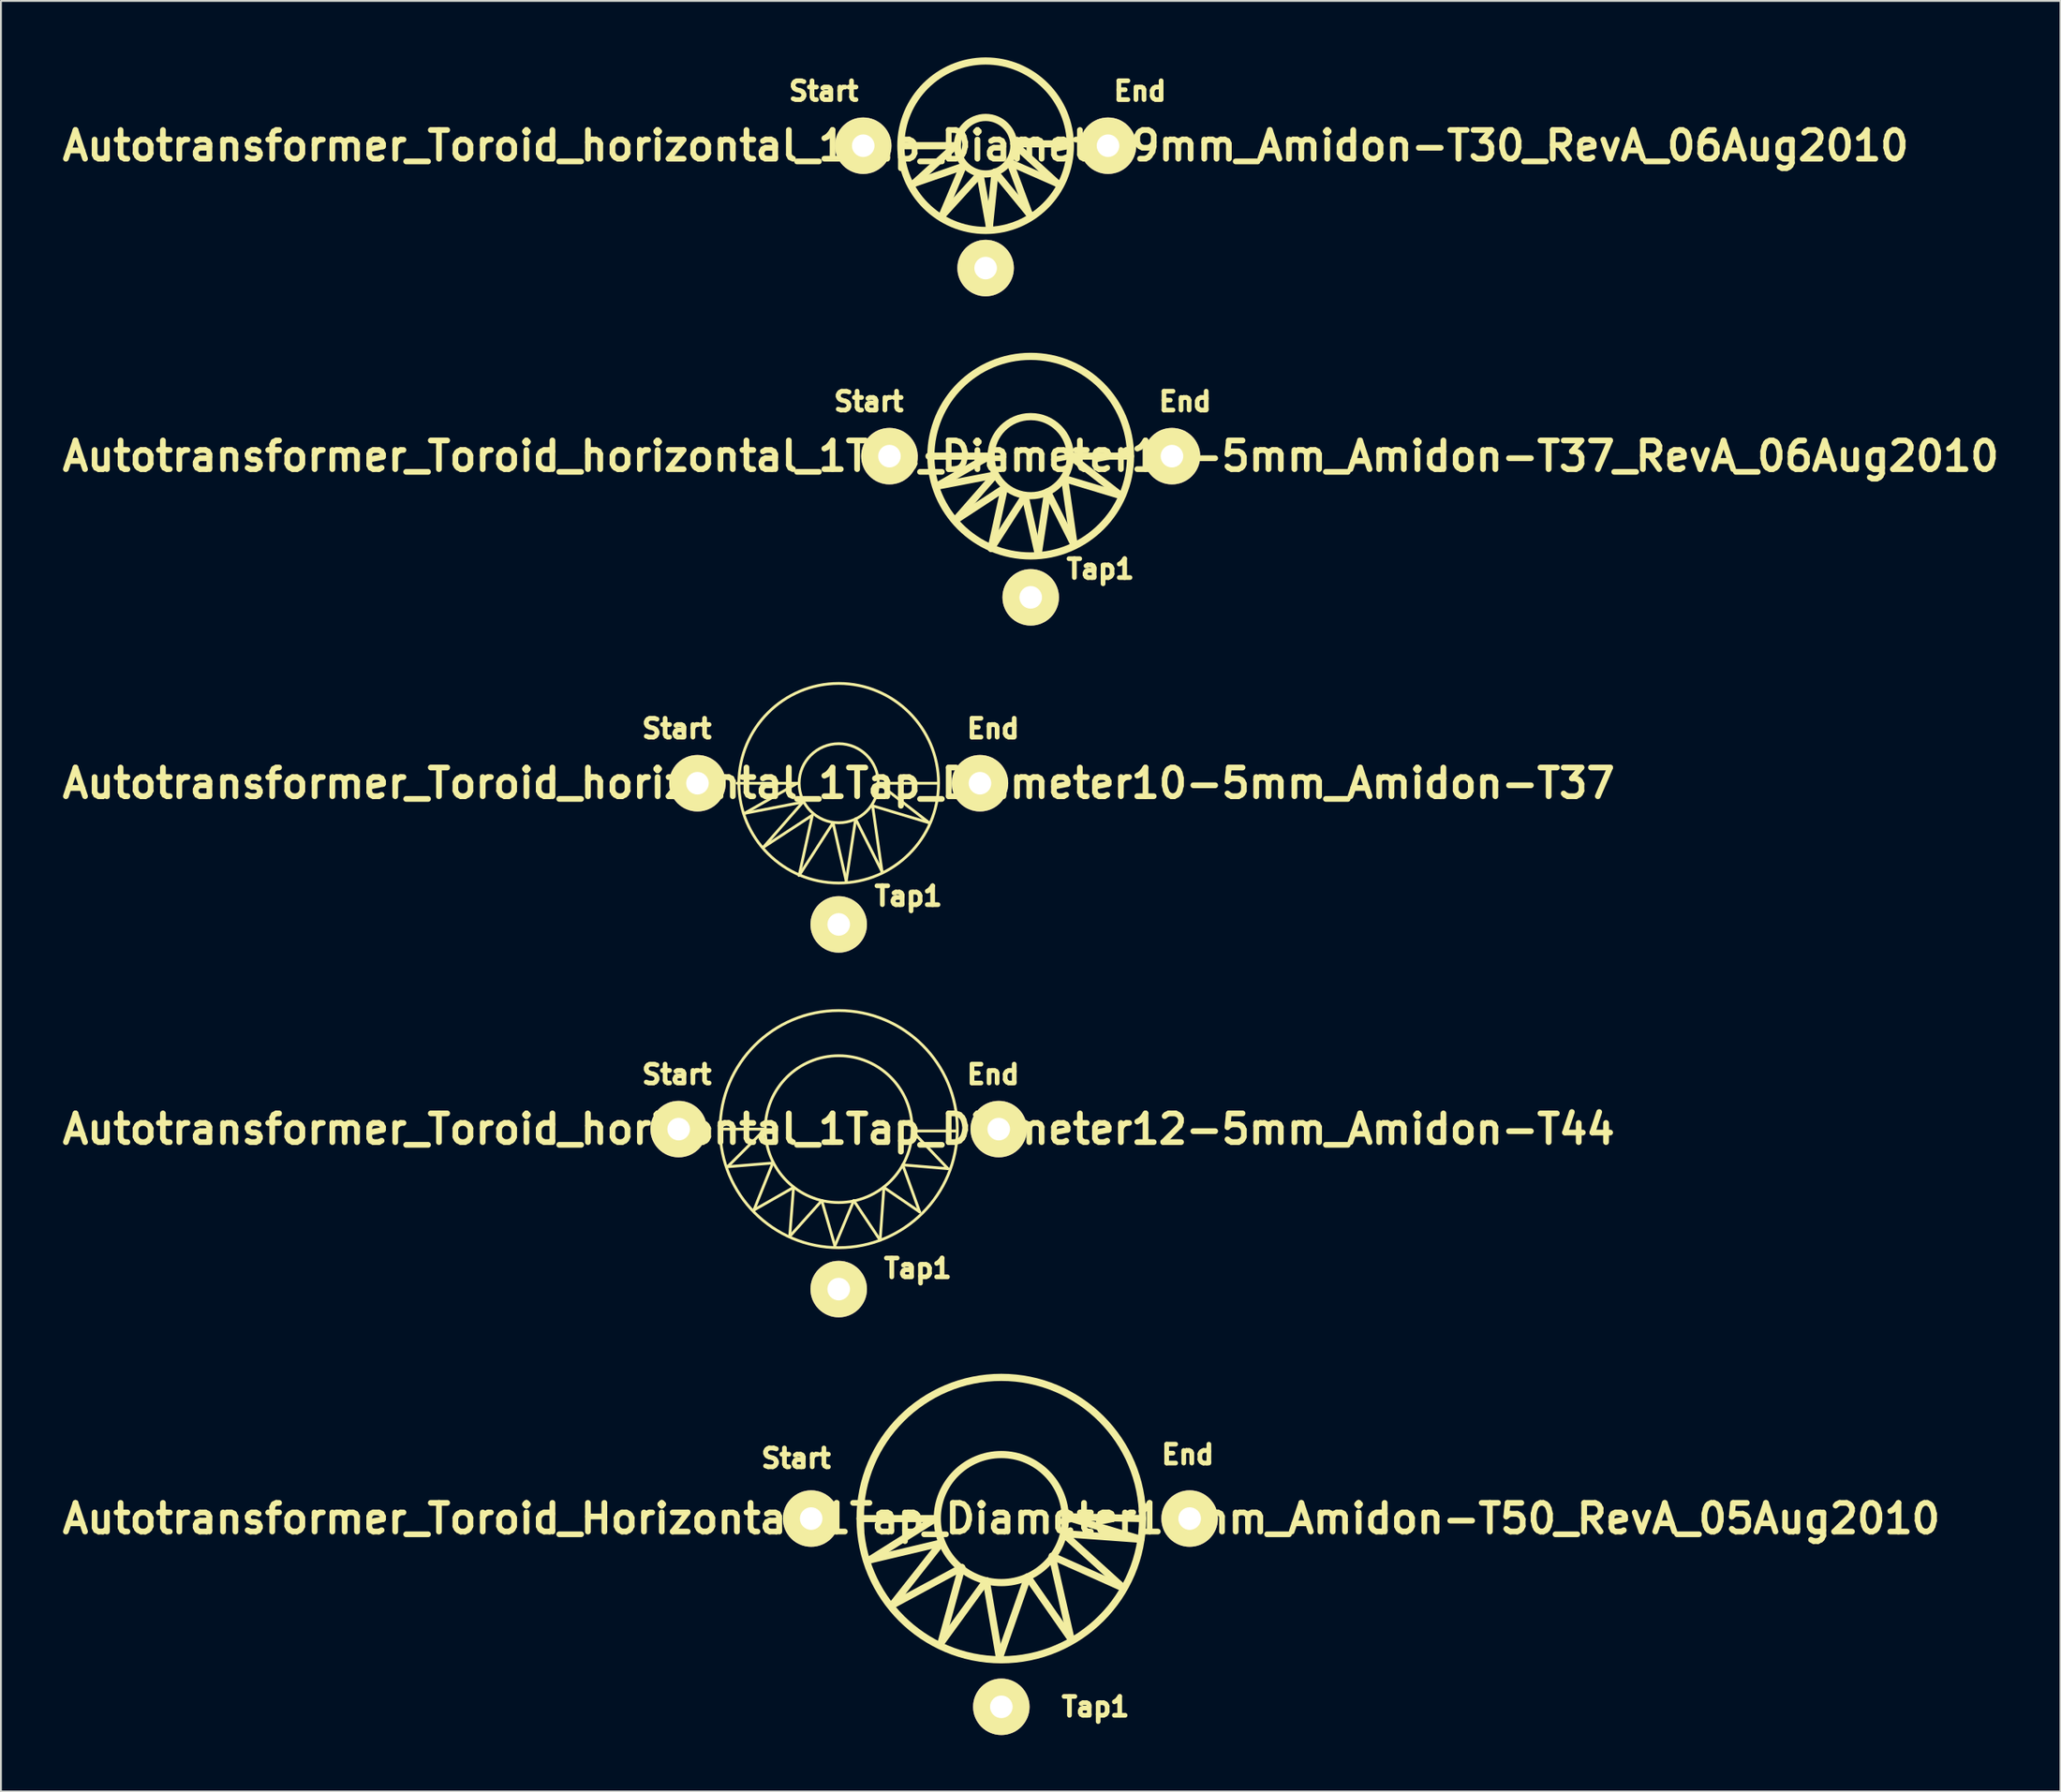
<source format=kicad_pcb>
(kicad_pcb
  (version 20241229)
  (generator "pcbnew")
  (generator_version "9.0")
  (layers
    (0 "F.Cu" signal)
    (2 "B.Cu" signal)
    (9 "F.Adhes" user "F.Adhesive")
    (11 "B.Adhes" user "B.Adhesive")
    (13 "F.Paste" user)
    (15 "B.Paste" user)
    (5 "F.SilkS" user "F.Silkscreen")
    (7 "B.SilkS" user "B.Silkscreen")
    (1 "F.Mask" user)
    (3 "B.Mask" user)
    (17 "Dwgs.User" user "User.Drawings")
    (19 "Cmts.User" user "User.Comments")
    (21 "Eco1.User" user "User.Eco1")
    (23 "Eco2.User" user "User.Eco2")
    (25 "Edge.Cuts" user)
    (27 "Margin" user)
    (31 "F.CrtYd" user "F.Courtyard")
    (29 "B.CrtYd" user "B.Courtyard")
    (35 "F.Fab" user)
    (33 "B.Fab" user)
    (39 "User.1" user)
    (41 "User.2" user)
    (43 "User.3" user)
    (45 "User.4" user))
  (footprint "Autotransformer_Toroid_horizontal_1Tap_Diameter12-5mm_Amidon-T44"
    (layer "F.Cu")
    (at 41.489 56.934)
    (property "Reference" "Autotransformer_Toroid_horizontal_1Tap_Diameter12-5mm_Amidon-T44" (at 0 0 0) (layer "F.SilkS") (effects (font (size 1.524 1.524) (thickness 0.305))))
    (attr through_hole)
    (fp_line (start -6.2 0) (end -3.899 0) (stroke (width 0.15) (type solid)) (layer "F.SilkS"))
    (fp_line (start -5.9 1.999) (end -3.5 1.801) (stroke (width 0.15) (type solid)) (layer "F.SilkS"))
    (fp_line (start -4.501 4.3) (end -2.4 3.099) (stroke (width 0.15) (type solid)) (layer "F.SilkS"))
    (fp_line (start -3.899 0) (end -5.9 1.999) (stroke (width 0.15) (type solid)) (layer "F.SilkS"))
    (fp_line (start -3.5 1.801) (end -4.501 4.3) (stroke (width 0.15) (type solid)) (layer "F.SilkS"))
    (fp_line (start -2.601 5.7) (end -0.899 3.8) (stroke (width 0.15) (type solid)) (layer "F.SilkS"))
    (fp_line (start -2.4 3.099) (end -2.601 5.7) (stroke (width 0.15) (type solid)) (layer "F.SilkS"))
    (fp_line (start -0.899 3.8) (end -0.201 6.2) (stroke (width 0.15) (type solid)) (layer "F.SilkS"))
    (fp_line (start -0.201 6.2) (end 0.8 3.8) (stroke (width 0.15) (type solid)) (layer "F.SilkS"))
    (fp_line (start 0.8 3.8) (end 2.2 5.9) (stroke (width 0.15) (type solid)) (layer "F.SilkS"))
    (fp_line (start 2.2 5.9) (end 2.4 3.099) (stroke (width 0.15) (type solid)) (layer "F.SilkS"))
    (fp_line (start 2.4 3.099) (end 4.3 4.399) (stroke (width 0.15) (type solid)) (layer "F.SilkS"))
    (fp_line (start 3.401 1.9) (end 5.799 2.101) (stroke (width 0.15) (type solid)) (layer "F.SilkS"))
    (fp_line (start 3.899 0.099) (end 6.299 0.099) (stroke (width 0.15) (type solid)) (layer "F.SilkS"))
    (fp_line (start 4.3 4.399) (end 3.401 1.9) (stroke (width 0.15) (type solid)) (layer "F.SilkS"))
    (fp_line (start 5.799 2.101) (end 3.899 0.099) (stroke (width 0.15) (type solid)) (layer "F.SilkS"))
    (fp_circle (center 0 0) (end 3.899 0) (stroke (width 0.15) (type solid)) (fill no) (layer "F.SilkS"))
    (fp_circle (center 0 0) (end 6.299 0) (stroke (width 0.15) (type solid)) (fill no) (layer "F.SilkS"))
    (fp_text user "End" (at 8.199 -2.901 0) (layer "F.SilkS") (effects (font (size 1.001 1.001) (thickness 0.251))))
    (fp_text user "Start" (at -8.6 -2.901 0) (layer "F.SilkS") (effects (font (size 1.001 1.001) (thickness 0.251))))
    (fp_text user "Tap1" (at 4.201 7.399 0) (layer "F.SilkS") (effects (font (size 1.001 1.001) (thickness 0.251))))
    (pad "1" thru_hole circle (at -8.499 0) (size 3 3) (drill 1.199) (layers "*.Cu" "*.Mask" "F.SilkS"))
    (pad "2" thru_hole circle (at 0 8.499) (size 3 3) (drill 1.199) (layers "*.Cu" "*.Mask" "F.SilkS"))
    (pad "3" thru_hole circle (at 8.499 0) (size 3 3) (drill 1.199) (layers "*.Cu" "*.Mask" "F.SilkS")))
  (footprint "Autotransformer_Toroid_horizontal_1Tap_Diameter10-5mm_Amidon-T37"
    (layer "F.Cu")
    (at 41.489 38.559)
    (property "Reference" "Autotransformer_Toroid_horizontal_1Tap_Diameter10-5mm_Amidon-T37" (at 0 0 0) (layer "F.SilkS") (effects (font (size 1.524 1.524) (thickness 0.305))))
    (attr through_hole)
    (fp_line (start -5.4 0) (end -2.2 0) (stroke (width 0.15) (type solid)) (layer "F.SilkS"))
    (fp_line (start -5.001 1.6) (end -1.9 1.001) (stroke (width 0.15) (type solid)) (layer "F.SilkS"))
    (fp_line (start -4 3.401) (end -1.4 1.699) (stroke (width 0.15) (type solid)) (layer "F.SilkS"))
    (fp_line (start -2.2 0) (end -5.001 1.6) (stroke (width 0.15) (type solid)) (layer "F.SilkS"))
    (fp_line (start -2.101 4.9) (end -0.3 2.101) (stroke (width 0.15) (type solid)) (layer "F.SilkS"))
    (fp_line (start -1.9 1.001) (end -4 3.401) (stroke (width 0.15) (type solid)) (layer "F.SilkS"))
    (fp_line (start -1.4 1.699) (end -2.101 4.9) (stroke (width 0.15) (type solid)) (layer "F.SilkS"))
    (fp_line (start -0.3 2.101) (end 0.399 5.199) (stroke (width 0.15) (type solid)) (layer "F.SilkS"))
    (fp_line (start 0.399 5.199) (end 0.899 1.9) (stroke (width 0.15) (type solid)) (layer "F.SilkS"))
    (fp_line (start 0.899 1.9) (end 2.301 4.699) (stroke (width 0.15) (type solid)) (layer "F.SilkS"))
    (fp_line (start 1.801 1.199) (end 4.801 2.101) (stroke (width 0.15) (type solid)) (layer "F.SilkS"))
    (fp_line (start 2.101 0) (end 5.301 0) (stroke (width 0.15) (type solid)) (layer "F.SilkS"))
    (fp_line (start 2.301 4.699) (end 1.801 1.199) (stroke (width 0.15) (type solid)) (layer "F.SilkS"))
    (fp_line (start 4.801 2.101) (end 2.101 0) (stroke (width 0.15) (type solid)) (layer "F.SilkS"))
    (fp_circle (center 0 0) (end 2.101 0) (stroke (width 0.15) (type solid)) (fill no) (layer "F.SilkS"))
    (fp_circle (center 0 0) (end 5.301 0) (stroke (width 0.15) (type solid)) (fill no) (layer "F.SilkS"))
    (fp_text user "Start" (at -8.6 -2.901 0) (layer "F.SilkS") (effects (font (size 1.001 1.001) (thickness 0.251))))
    (fp_text user "Tap1" (at 3.701 5.999 0) (layer "F.SilkS") (effects (font (size 1.001 1.001) (thickness 0.251))))
    (fp_text user "End" (at 8.199 -2.901 0) (layer "F.SilkS") (effects (font (size 1.001 1.001) (thickness 0.251))))
    (pad "1" thru_hole circle (at -7.501 0) (size 3 3) (drill 1.199) (layers "*.Cu" "*.Mask" "F.SilkS"))
    (pad "2" thru_hole circle (at 0 7.501) (size 3 3) (drill 1.199) (layers "*.Cu" "*.Mask" "F.SilkS"))
    (pad "3" thru_hole circle (at 7.501 0) (size 3 3) (drill 1.199) (layers "*.Cu" "*.Mask" "F.SilkS")))
  (footprint "Autotransformer_Toroid_Horizontal_1Tap_Diameter14mm_Amidon-T50_RevA_05Aug2010"
    (layer "F.Cu")
    (at 50.125 77.624)
    (property "Reference" "Autotransformer_Toroid_Horizontal_1Tap_Diameter14mm_Amidon-T50_RevA_05Aug2010" (at 0 0 0) (layer "F.SilkS") (effects (font (size 1.524 1.524) (thickness 0.305))))
    (attr through_hole)
    (fp_line (start -7.501 0) (end -3.5 0) (stroke (width 0.381) (type solid)) (layer "F.SilkS"))
    (fp_line (start -7 2.2) (end -3.2 1.3) (stroke (width 0.381) (type solid)) (layer "F.SilkS"))
    (fp_line (start -5.799 4.6) (end -2.101 2.601) (stroke (width 0.381) (type solid)) (layer "F.SilkS"))
    (fp_line (start -3.5 0) (end -7 2.2) (stroke (width 0.381) (type solid)) (layer "F.SilkS"))
    (fp_line (start -3.2 1.3) (end -5.799 4.6) (stroke (width 0.381) (type solid)) (layer "F.SilkS"))
    (fp_line (start -3.2 6.599) (end -0.8 3.299) (stroke (width 0.381) (type solid)) (layer "F.SilkS"))
    (fp_line (start -2.101 2.601) (end -3.2 6.599) (stroke (width 0.381) (type solid)) (layer "F.SilkS"))
    (fp_line (start -0.8 3.299) (end -0.099 7.399) (stroke (width 0.381) (type solid)) (layer "F.SilkS"))
    (fp_line (start -0.099 7.399) (end 1.4 3.099) (stroke (width 0.381) (type solid)) (layer "F.SilkS"))
    (fp_line (start 1.4 3.099) (end 3.701 6.401) (stroke (width 0.381) (type solid)) (layer "F.SilkS"))
    (fp_line (start 2.7 1.999) (end 6.5 3.701) (stroke (width 0.381) (type solid)) (layer "F.SilkS"))
    (fp_line (start 3.299 0.8) (end 7.399 1.1) (stroke (width 0.381) (type solid)) (layer "F.SilkS"))
    (fp_line (start 3.401 -0.099) (end 7.501 0) (stroke (width 0.381) (type solid)) (layer "F.SilkS"))
    (fp_line (start 3.701 6.401) (end 2.7 1.999) (stroke (width 0.381) (type solid)) (layer "F.SilkS"))
    (fp_line (start 6.5 3.701) (end 3.299 0.8) (stroke (width 0.381) (type solid)) (layer "F.SilkS"))
    (fp_line (start 7.399 1.1) (end 3.401 -0.099) (stroke (width 0.381) (type solid)) (layer "F.SilkS"))
    (fp_circle (center 0 0) (end 3.401 0) (stroke (width 0.381) (type solid)) (fill no) (layer "F.SilkS"))
    (fp_circle (center 0 0) (end 7.501 0) (stroke (width 0.381) (type solid)) (fill no) (layer "F.SilkS"))
    (fp_text user "Start" (at -10.899 -3.2 0) (layer "F.SilkS") (effects (font (size 1.001 1.001) (thickness 0.251))))
    (fp_text user "End" (at 9.901 -3.401 0) (layer "F.SilkS") (effects (font (size 1.001 1.001) (thickness 0.251))))
    (fp_text user "Tap1" (at 5.001 10 0) (layer "F.SilkS") (effects (font (size 1.001 1.001) (thickness 0.251))))
    (pad "1" thru_hole circle (at -10.099 0) (size 3 3) (drill 1.199) (layers "*.Cu" "*.Mask" "F.SilkS"))
    (pad "2" thru_hole circle (at 0 10) (size 3 3) (drill 1.199) (layers "*.Cu" "*.Mask" "F.SilkS"))
    (pad "3" thru_hole circle (at 10 0) (size 3 3) (drill 1.199) (layers "*.Cu" "*.Mask" "F.SilkS")))
  (footprint "Autotransformer_Toroid_horizontal_1Tap_Diameter9mm_Amidon-T30_RevA_06Aug2010"
    (layer "F.Cu")
    (at 49.291 4.691)
    (property "Reference" "Autotransformer_Toroid_horizontal_1Tap_Diameter9mm_Amidon-T30_RevA_06Aug2010" (at 0 0 0) (layer "F.SilkS") (effects (font (size 1.524 1.524) (thickness 0.305))))
    (attr through_hole)
    (fp_line (start -4.3 0) (end -1.6 0) (stroke (width 0.381) (type solid)) (layer "F.SilkS"))
    (fp_line (start -3.8 1.999) (end -1.199 1.1) (stroke (width 0.381) (type solid)) (layer "F.SilkS"))
    (fp_line (start -2.301 3.701) (end -0.3 1.501) (stroke (width 0.381) (type solid)) (layer "F.SilkS"))
    (fp_line (start -1.6 0) (end -3.8 1.999) (stroke (width 0.381) (type solid)) (layer "F.SilkS"))
    (fp_line (start -1.199 1.1) (end -2.301 3.701) (stroke (width 0.381) (type solid)) (layer "F.SilkS"))
    (fp_line (start -0.3 1.501) (end 0.201 4.3) (stroke (width 0.381) (type solid)) (layer "F.SilkS"))
    (fp_line (start 0.201 4.3) (end 0.5 1.4) (stroke (width 0.381) (type solid)) (layer "F.SilkS"))
    (fp_line (start 0.5 1.4) (end 2.301 3.599) (stroke (width 0.381) (type solid)) (layer "F.SilkS"))
    (fp_line (start 1.3 0.899) (end 3.8 1.999) (stroke (width 0.381) (type solid)) (layer "F.SilkS"))
    (fp_line (start 1.501 -0.099) (end 4.399 -0.099) (stroke (width 0.381) (type solid)) (layer "F.SilkS"))
    (fp_line (start 2.301 3.599) (end 1.3 0.899) (stroke (width 0.381) (type solid)) (layer "F.SilkS"))
    (fp_line (start 3.8 1.999) (end 1.501 -0.099) (stroke (width 0.381) (type solid)) (layer "F.SilkS"))
    (fp_circle (center 0 0) (end 1.501 0) (stroke (width 0.381) (type solid)) (fill no) (layer "F.SilkS"))
    (fp_circle (center 0 0) (end 4.501 0) (stroke (width 0.381) (type solid)) (fill no) (layer "F.SilkS"))
    (fp_text user "End" (at 8.199 -2.901 0) (layer "F.SilkS") (effects (font (size 1.001 1.001) (thickness 0.251))))
    (fp_text user "Start" (at -8.6 -2.901 0) (layer "F.SilkS") (effects (font (size 1.001 1.001) (thickness 0.251))))
    (pad "1" thru_hole circle (at -6.5 0) (size 3 3) (drill 1.199) (layers "*.Cu" "*.Mask" "F.SilkS"))
    (pad "2" thru_hole circle (at 0 6.5) (size 3 3) (drill 1.199) (layers "*.Cu" "*.Mask" "F.SilkS"))
    (pad "3" thru_hole circle (at 6.5 0) (size 3 3) (drill 1.199) (layers "*.Cu" "*.Mask" "F.SilkS")))
  (footprint "Autotransformer_Toroid_horizontal_1Tap_Diameter10-5mm_Amidon-T37_RevA_06Aug2010"
    (layer "F.Cu")
    (at 51.685 21.183)
    (property "Reference" "Autotransformer_Toroid_horizontal_1Tap_Diameter10-5mm_Amidon-T37_RevA_06Aug2010" (at 0 0 0) (layer "F.SilkS") (effects (font (size 1.524 1.524) (thickness 0.305))))
    (attr through_hole)
    (fp_line (start -5.4 0) (end -2.2 0) (stroke (width 0.381) (type solid)) (layer "F.SilkS"))
    (fp_line (start -5.001 1.6) (end -1.9 1.001) (stroke (width 0.381) (type solid)) (layer "F.SilkS"))
    (fp_line (start -4 3.401) (end -1.4 1.699) (stroke (width 0.381) (type solid)) (layer "F.SilkS"))
    (fp_line (start -2.2 0) (end -5.001 1.6) (stroke (width 0.381) (type solid)) (layer "F.SilkS"))
    (fp_line (start -2.101 4.9) (end -0.3 2.101) (stroke (width 0.381) (type solid)) (layer "F.SilkS"))
    (fp_line (start -1.9 1.001) (end -4 3.401) (stroke (width 0.381) (type solid)) (layer "F.SilkS"))
    (fp_line (start -1.4 1.699) (end -2.101 4.9) (stroke (width 0.381) (type solid)) (layer "F.SilkS"))
    (fp_line (start -0.3 2.101) (end 0.399 5.199) (stroke (width 0.381) (type solid)) (layer "F.SilkS"))
    (fp_line (start 0.399 5.199) (end 0.899 1.9) (stroke (width 0.381) (type solid)) (layer "F.SilkS"))
    (fp_line (start 0.899 1.9) (end 2.301 4.699) (stroke (width 0.381) (type solid)) (layer "F.SilkS"))
    (fp_line (start 1.801 1.199) (end 4.801 2.101) (stroke (width 0.381) (type solid)) (layer "F.SilkS"))
    (fp_line (start 2.101 0) (end 5.301 0) (stroke (width 0.381) (type solid)) (layer "F.SilkS"))
    (fp_line (start 2.301 4.699) (end 1.801 1.199) (stroke (width 0.381) (type solid)) (layer "F.SilkS"))
    (fp_line (start 4.801 2.101) (end 2.101 0) (stroke (width 0.381) (type solid)) (layer "F.SilkS"))
    (fp_circle (center 0 0) (end 2.101 0) (stroke (width 0.381) (type solid)) (fill no) (layer "F.SilkS"))
    (fp_circle (center 0 0) (end 5.301 0) (stroke (width 0.381) (type solid)) (fill no) (layer "F.SilkS"))
    (fp_text user "Tap1" (at 3.701 5.999 0) (layer "F.SilkS") (effects (font (size 1.001 1.001) (thickness 0.251))))
    (fp_text user "End" (at 8.199 -2.901 0) (layer "F.SilkS") (effects (font (size 1.001 1.001) (thickness 0.251))))
    (fp_text user "Start" (at -8.6 -2.901 0) (layer "F.SilkS") (effects (font (size 1.001 1.001) (thickness 0.251))))
    (pad "1" thru_hole circle (at -7.501 0) (size 3 3) (drill 1.199) (layers "*.Cu" "*.Mask" "F.SilkS"))
    (pad "2" thru_hole circle (at 0 7.501) (size 3 3) (drill 1.199) (layers "*.Cu" "*.Mask" "F.SilkS"))
    (pad "3" thru_hole circle (at 7.501 0) (size 3 3) (drill 1.199) (layers "*.Cu" "*.Mask" "F.SilkS")))
  (gr_rect
    (start -3 -3)
    (end 106.371 92.123)
    (stroke (width 0.1) (type default))
    (fill no)
    (layer "Edge.Cuts")))
</source>
